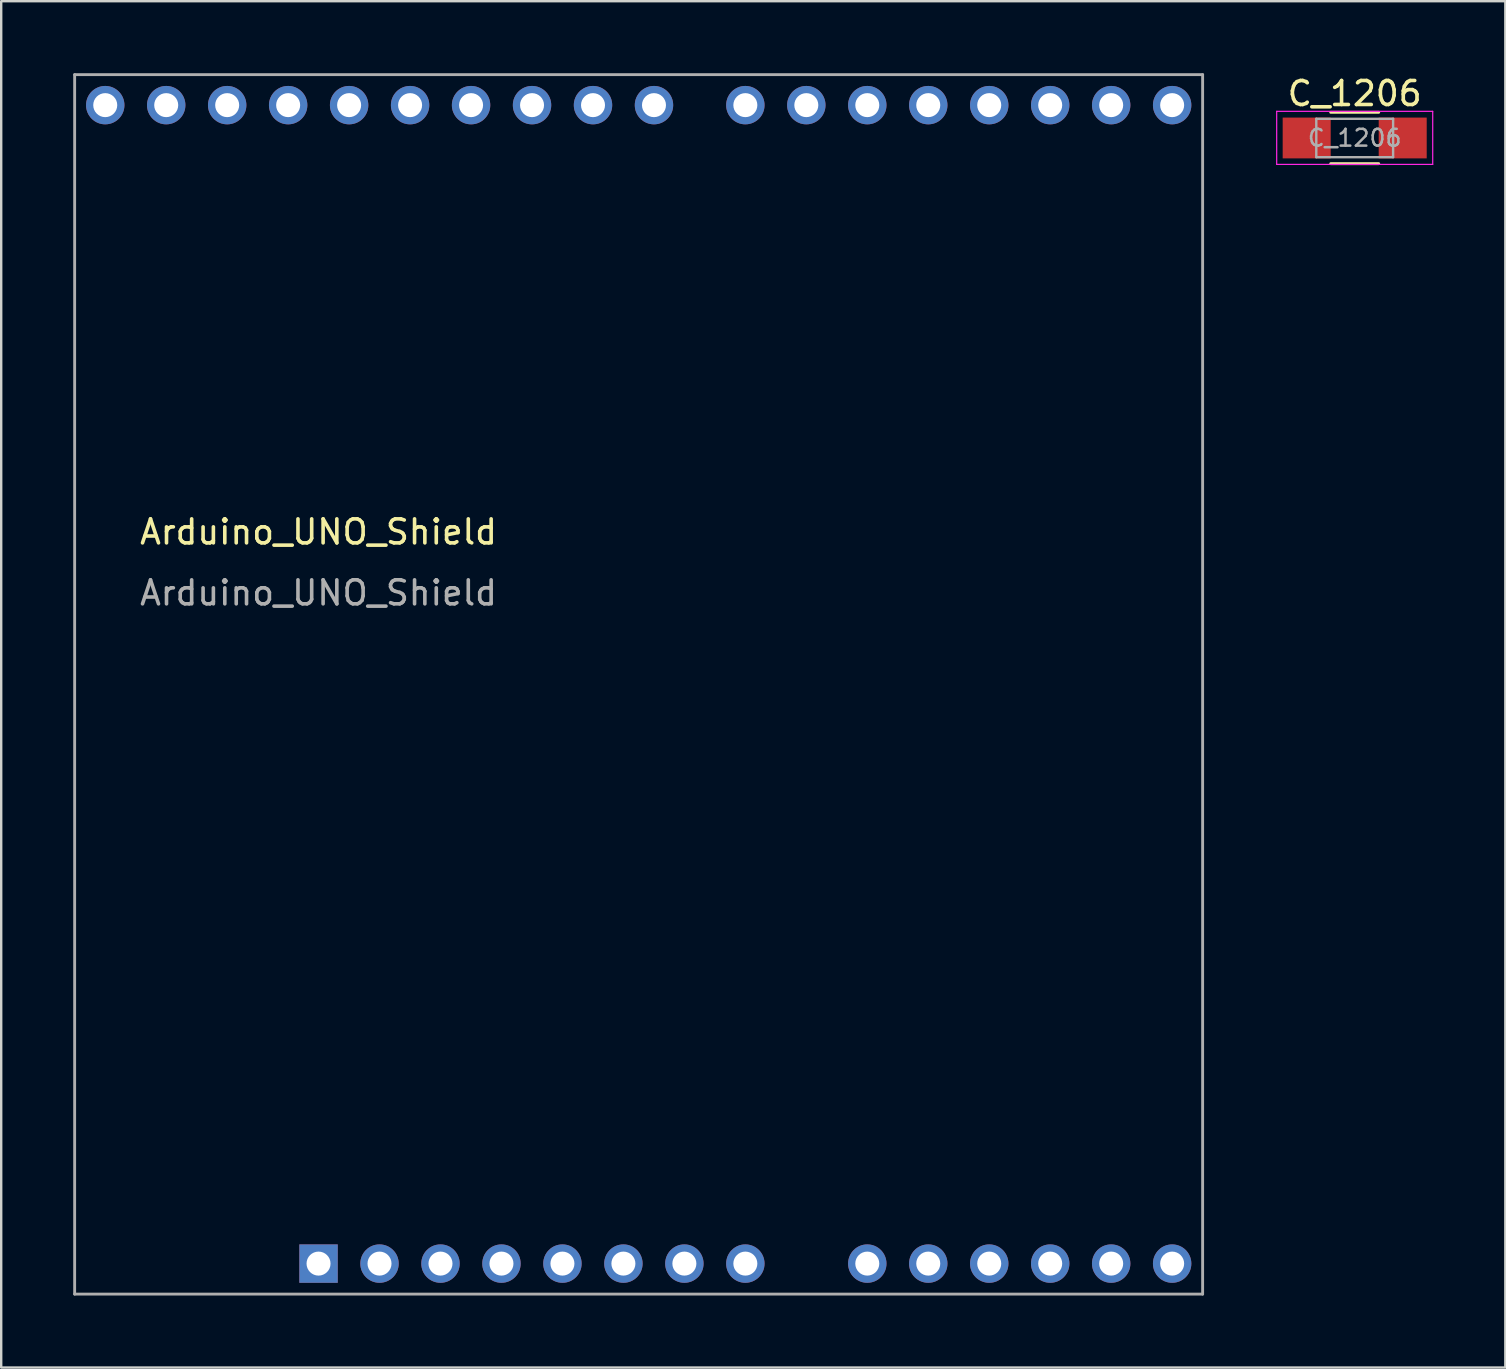
<source format=kicad_pcb>
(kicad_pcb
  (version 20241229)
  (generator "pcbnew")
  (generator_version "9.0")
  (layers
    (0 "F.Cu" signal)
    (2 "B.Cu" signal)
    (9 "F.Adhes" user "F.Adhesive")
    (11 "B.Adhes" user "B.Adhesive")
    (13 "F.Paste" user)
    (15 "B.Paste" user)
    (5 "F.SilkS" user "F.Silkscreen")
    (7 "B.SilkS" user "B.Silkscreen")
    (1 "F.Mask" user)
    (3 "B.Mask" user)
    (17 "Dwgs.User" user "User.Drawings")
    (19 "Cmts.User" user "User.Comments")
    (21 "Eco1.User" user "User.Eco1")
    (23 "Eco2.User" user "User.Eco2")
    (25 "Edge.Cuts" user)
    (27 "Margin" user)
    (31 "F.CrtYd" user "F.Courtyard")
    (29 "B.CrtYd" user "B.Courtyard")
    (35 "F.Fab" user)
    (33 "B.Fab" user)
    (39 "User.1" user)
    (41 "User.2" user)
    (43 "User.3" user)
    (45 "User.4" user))
  (footprint "C_1206"
    (layer "F.Cu")
    (at 53.385 2.698)
    (property "Reference" "C_1206" (at 0 -1.85 0) (layer "F.SilkS") (effects (font (size 1 1) (thickness 0.15))))
    (attr smd)
    (fp_line (start -1 -1.07) (end 1 -1.07) (stroke (width 0.12) (type solid)) (layer "F.SilkS"))
    (fp_line (start 1 1.07) (end -1 1.07) (stroke (width 0.12) (type solid)) (layer "F.SilkS"))
    (fp_line (start -3.25 -1.11) (end -3.25 1.1) (stroke (width 0.05) (type solid)) (layer "F.CrtYd"))
    (fp_line (start -3.25 -1.11) (end 3.25 -1.11) (stroke (width 0.05) (type solid)) (layer "F.CrtYd"))
    (fp_line (start 3.25 1.1) (end -3.25 1.1) (stroke (width 0.05) (type solid)) (layer "F.CrtYd"))
    (fp_line (start 3.25 1.1) (end 3.25 -1.11) (stroke (width 0.05) (type solid)) (layer "F.CrtYd"))
    (fp_line (start -1.6 -0.8) (end 1.6 -0.8) (stroke (width 0.1) (type solid)) (layer "F.Fab"))
    (fp_line (start -1.6 0.8) (end -1.6 -0.8) (stroke (width 0.1) (type solid)) (layer "F.Fab"))
    (fp_line (start 1.6 -0.8) (end 1.6 0.8) (stroke (width 0.1) (type solid)) (layer "F.Fab"))
    (fp_line (start 1.6 0.8) (end -1.6 0.8) (stroke (width 0.1) (type solid)) (layer "F.Fab"))
    (fp_text user "${REFERENCE}" (at 0 0 0) (layer "F.Fab") (effects (font (size 0.7 0.7) (thickness 0.105))))
    (pad "1" smd rect (at -2 0) (size 2 1.7) (layers "F.Cu" "F.Mask" "F.Paste"))
    (pad "2" smd rect (at 2 0) (size 2 1.7) (layers "F.Cu" "F.Mask" "F.Paste")))
  (footprint "Arduino_UNO_Shield"
    (layer "F.Cu")
    (at 10.22 1.33)
    (property "Reference" "Arduino_UNO_Shield" (at 0 17.78 180) (layer "F.SilkS") (effects (font (size 1 1) (thickness 0.15))))
    (attr through_hole)
    (fp_line (start -10.16 -1.27) (end 36.83 -1.27) (stroke (width 0.12) (type solid)) (layer "F.Fab"))
    (fp_line (start -10.16 49.53) (end -10.16 -1.27) (stroke (width 0.12) (type solid)) (layer "F.Fab"))
    (fp_line (start 36.83 -1.27) (end 36.83 49.53) (stroke (width 0.12) (type solid)) (layer "F.Fab"))
    (fp_line (start 36.83 49.53) (end -10.16 49.53) (stroke (width 0.12) (type solid)) (layer "F.Fab"))
    (fp_text user "${REFERENCE}" (at 0 20.32 180) (layer "F.Fab") (effects (font (size 1 1) (thickness 0.15))))
    (pad "1" thru_hole rect (at 0 48.26 90) (size 1.6 1.6) (drill 1) (layers "*.Cu" "*.Mask"))
    (pad "2" thru_hole oval (at 2.54 48.26 90) (size 1.6 1.6) (drill 1) (layers "*.Cu" "*.Mask"))
    (pad "3" thru_hole oval (at 5.08 48.26 90) (size 1.6 1.6) (drill 1) (layers "*.Cu" "*.Mask"))
    (pad "4" thru_hole oval (at 7.62 48.26 90) (size 1.6 1.6) (drill 1) (layers "*.Cu" "*.Mask"))
    (pad "5" thru_hole oval (at 10.16 48.26 90) (size 1.6 1.6) (drill 1) (layers "*.Cu" "*.Mask"))
    (pad "6" thru_hole oval (at 12.7 48.26 90) (size 1.6 1.6) (drill 1) (layers "*.Cu" "*.Mask"))
    (pad "7" thru_hole oval (at 15.24 48.26 90) (size 1.6 1.6) (drill 1) (layers "*.Cu" "*.Mask"))
    (pad "8" thru_hole oval (at 17.78 48.26 90) (size 1.6 1.6) (drill 1) (layers "*.Cu" "*.Mask"))
    (pad "9" thru_hole oval (at 22.86 48.26 90) (size 1.6 1.6) (drill 1) (layers "*.Cu" "*.Mask"))
    (pad "10" thru_hole oval (at 25.4 48.26 90) (size 1.6 1.6) (drill 1) (layers "*.Cu" "*.Mask"))
    (pad "11" thru_hole oval (at 27.94 48.26 90) (size 1.6 1.6) (drill 1) (layers "*.Cu" "*.Mask"))
    (pad "12" thru_hole oval (at 30.48 48.26 90) (size 1.6 1.6) (drill 1) (layers "*.Cu" "*.Mask"))
    (pad "13" thru_hole oval (at 33.02 48.26 90) (size 1.6 1.6) (drill 1) (layers "*.Cu" "*.Mask"))
    (pad "14" thru_hole oval (at 35.56 48.26 90) (size 1.6 1.6) (drill 1) (layers "*.Cu" "*.Mask"))
    (pad "15" thru_hole oval (at 35.56 0 90) (size 1.6 1.6) (drill 1) (layers "*.Cu" "*.Mask"))
    (pad "16" thru_hole oval (at 33.02 0 90) (size 1.6 1.6) (drill 1) (layers "*.Cu" "*.Mask"))
    (pad "17" thru_hole oval (at 30.48 0 90) (size 1.6 1.6) (drill 1) (layers "*.Cu" "*.Mask"))
    (pad "18" thru_hole oval (at 27.94 0 90) (size 1.6 1.6) (drill 1) (layers "*.Cu" "*.Mask"))
    (pad "19" thru_hole oval (at 25.4 0 90) (size 1.6 1.6) (drill 1) (layers "*.Cu" "*.Mask"))
    (pad "20" thru_hole oval (at 22.86 0 90) (size 1.6 1.6) (drill 1) (layers "*.Cu" "*.Mask"))
    (pad "21" thru_hole oval (at 20.32 0 90) (size 1.6 1.6) (drill 1) (layers "*.Cu" "*.Mask"))
    (pad "22" thru_hole oval (at 17.78 0 90) (size 1.6 1.6) (drill 1) (layers "*.Cu" "*.Mask"))
    (pad "23" thru_hole oval (at 13.974 0 90) (size 1.6 1.6) (drill 1) (layers "*.Cu" "*.Mask"))
    (pad "24" thru_hole oval (at 11.434 0 90) (size 1.6 1.6) (drill 1) (layers "*.Cu" "*.Mask"))
    (pad "25" thru_hole oval (at 8.894 0 90) (size 1.6 1.6) (drill 1) (layers "*.Cu" "*.Mask"))
    (pad "26" thru_hole oval (at 6.354 0 90) (size 1.6 1.6) (drill 1) (layers "*.Cu" "*.Mask"))
    (pad "27" thru_hole oval (at 3.814 0 90) (size 1.6 1.6) (drill 1) (layers "*.Cu" "*.Mask"))
    (pad "28" thru_hole oval (at 1.274 0 90) (size 1.6 1.6) (drill 1) (layers "*.Cu" "*.Mask"))
    (pad "29" thru_hole oval (at -1.266 0 90) (size 1.6 1.6) (drill 1) (layers "*.Cu" "*.Mask"))
    (pad "30" thru_hole oval (at -3.806 0 90) (size 1.6 1.6) (drill 1) (layers "*.Cu" "*.Mask"))
    (pad "31" thru_hole oval (at -6.346 0 90) (size 1.6 1.6) (drill 1) (layers "*.Cu" "*.Mask"))
    (pad "32" thru_hole oval (at -8.886 0 90) (size 1.6 1.6) (drill 1) (layers "*.Cu" "*.Mask")))
  (gr_rect
    (start -3 -3)
    (end 59.66 53.92)
    (stroke (width 0.1) (type default))
    (fill no)
    (layer "Edge.Cuts")))
</source>
